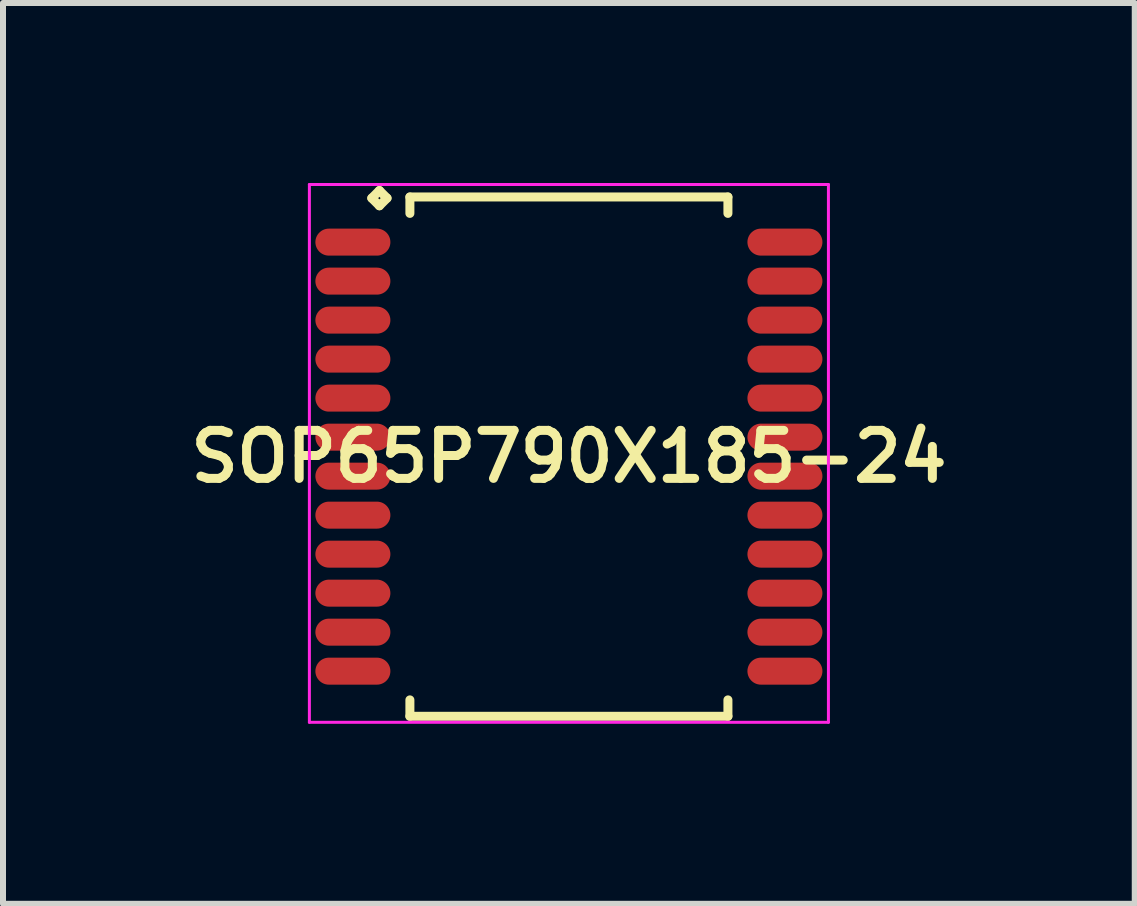
<source format=kicad_pcb>
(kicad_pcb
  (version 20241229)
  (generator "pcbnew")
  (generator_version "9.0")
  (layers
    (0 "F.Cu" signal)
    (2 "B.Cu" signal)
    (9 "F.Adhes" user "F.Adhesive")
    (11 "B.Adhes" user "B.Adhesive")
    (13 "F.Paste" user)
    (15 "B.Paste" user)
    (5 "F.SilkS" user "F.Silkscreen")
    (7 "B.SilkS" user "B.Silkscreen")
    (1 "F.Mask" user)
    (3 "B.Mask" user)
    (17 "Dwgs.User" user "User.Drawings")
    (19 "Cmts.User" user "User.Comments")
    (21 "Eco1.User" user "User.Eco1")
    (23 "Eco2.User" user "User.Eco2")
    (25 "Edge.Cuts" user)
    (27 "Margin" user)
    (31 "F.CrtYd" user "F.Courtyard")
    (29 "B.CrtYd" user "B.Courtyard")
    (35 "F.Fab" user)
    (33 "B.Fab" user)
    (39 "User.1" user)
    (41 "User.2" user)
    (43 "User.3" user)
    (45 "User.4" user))
  (footprint "SOP65P790X185-24"
    (layer "F.Cu")
    (at 6.431 4.56)
    (property "Reference" "SOP65P790X185-24" (at 0 0 0) (layer "F.SilkS") (effects (font (size 0.8 0.8) (thickness 0.15))))
    (attr smd)
    (fp_line (start -3.285 -4.308) (end -3.158 -4.435) (stroke (width 0.15) (type solid)) (layer "F.SilkS"))
    (fp_line (start -3.158 -4.435) (end -3.031 -4.308) (stroke (width 0.15) (type solid)) (layer "F.SilkS"))
    (fp_line (start -3.158 -4.181) (end -3.285 -4.308) (stroke (width 0.15) (type solid)) (layer "F.SilkS"))
    (fp_line (start -3.031 -4.308) (end -3.158 -4.181) (stroke (width 0.15) (type solid)) (layer "F.SilkS"))
    (fp_line (start -2.65 -4.327) (end 2.65 -4.327) (stroke (width 0.15) (type solid)) (layer "F.SilkS"))
    (fp_line (start -2.65 -4.054) (end -2.65 -4.327) (stroke (width 0.15) (type solid)) (layer "F.SilkS"))
    (fp_line (start -2.65 4.054) (end -2.65 4.327) (stroke (width 0.15) (type solid)) (layer "F.SilkS"))
    (fp_line (start -2.65 4.327) (end 2.65 4.327) (stroke (width 0.15) (type solid)) (layer "F.SilkS"))
    (fp_line (start 2.65 -4.327) (end 2.65 -4.054) (stroke (width 0.15) (type solid)) (layer "F.SilkS"))
    (fp_line (start 2.65 4.327) (end 2.65 4.054) (stroke (width 0.15) (type solid)) (layer "F.SilkS"))
    (fp_line (start -4.325 -4.535) (end 4.325 -4.535) (stroke (width 0.05) (type solid)) (layer "F.CrtYd"))
    (fp_line (start -4.325 4.427) (end -4.325 -4.535) (stroke (width 0.05) (type solid)) (layer "F.CrtYd"))
    (fp_line (start 4.325 -4.535) (end 4.325 4.427) (stroke (width 0.05) (type solid)) (layer "F.CrtYd"))
    (fp_line (start 4.325 4.427) (end -4.325 4.427) (stroke (width 0.05) (type solid)) (layer "F.CrtYd"))
    (pad "1" smd oval (at -3.6 -3.575) (size 1.25 0.45) (layers "F.Cu" "F.Mask" "F.Paste"))
    (pad "2" smd oval (at -3.6 -2.925) (size 1.25 0.45) (layers "F.Cu" "F.Mask" "F.Paste"))
    (pad "3" smd oval (at -3.6 -2.275) (size 1.25 0.45) (layers "F.Cu" "F.Mask" "F.Paste"))
    (pad "4" smd oval (at -3.6 -1.625) (size 1.25 0.45) (layers "F.Cu" "F.Mask" "F.Paste"))
    (pad "5" smd oval (at -3.6 -0.975) (size 1.25 0.45) (layers "F.Cu" "F.Mask" "F.Paste"))
    (pad "6" smd oval (at -3.6 -0.325) (size 1.25 0.45) (layers "F.Cu" "F.Mask" "F.Paste"))
    (pad "7" smd oval (at -3.6 0.325) (size 1.25 0.45) (layers "F.Cu" "F.Mask" "F.Paste"))
    (pad "8" smd oval (at -3.6 0.975) (size 1.25 0.45) (layers "F.Cu" "F.Mask" "F.Paste"))
    (pad "9" smd oval (at -3.6 1.625) (size 1.25 0.45) (layers "F.Cu" "F.Mask" "F.Paste"))
    (pad "10" smd oval (at -3.6 2.275) (size 1.25 0.45) (layers "F.Cu" "F.Mask" "F.Paste"))
    (pad "11" smd oval (at -3.6 2.925) (size 1.25 0.45) (layers "F.Cu" "F.Mask" "F.Paste"))
    (pad "12" smd oval (at -3.6 3.575) (size 1.25 0.45) (layers "F.Cu" "F.Mask" "F.Paste"))
    (pad "13" smd oval (at 3.6 3.575) (size 1.25 0.45) (layers "F.Cu" "F.Mask" "F.Paste"))
    (pad "14" smd oval (at 3.6 2.925) (size 1.25 0.45) (layers "F.Cu" "F.Mask" "F.Paste"))
    (pad "15" smd oval (at 3.6 2.275) (size 1.25 0.45) (layers "F.Cu" "F.Mask" "F.Paste"))
    (pad "16" smd oval (at 3.6 1.625) (size 1.25 0.45) (layers "F.Cu" "F.Mask" "F.Paste"))
    (pad "17" smd oval (at 3.6 0.975) (size 1.25 0.45) (layers "F.Cu" "F.Mask" "F.Paste"))
    (pad "18" smd oval (at 3.6 0.325) (size 1.25 0.45) (layers "F.Cu" "F.Mask" "F.Paste"))
    (pad "19" smd oval (at 3.6 -0.325) (size 1.25 0.45) (layers "F.Cu" "F.Mask" "F.Paste"))
    (pad "20" smd oval (at 3.6 -0.975) (size 1.25 0.45) (layers "F.Cu" "F.Mask" "F.Paste"))
    (pad "21" smd oval (at 3.6 -1.625) (size 1.25 0.45) (layers "F.Cu" "F.Mask" "F.Paste"))
    (pad "22" smd oval (at 3.6 -2.275) (size 1.25 0.45) (layers "F.Cu" "F.Mask" "F.Paste"))
    (pad "23" smd oval (at 3.6 -2.925) (size 1.25 0.45) (layers "F.Cu" "F.Mask" "F.Paste"))
    (pad "24" smd oval (at 3.6 -3.575) (size 1.25 0.45) (layers "F.Cu" "F.Mask" "F.Paste")))
  (gr_rect
    (start -3 -3)
    (end 15.861 12.012)
    (stroke (width 0.1) (type default))
    (fill no)
    (layer "Edge.Cuts")))
</source>
